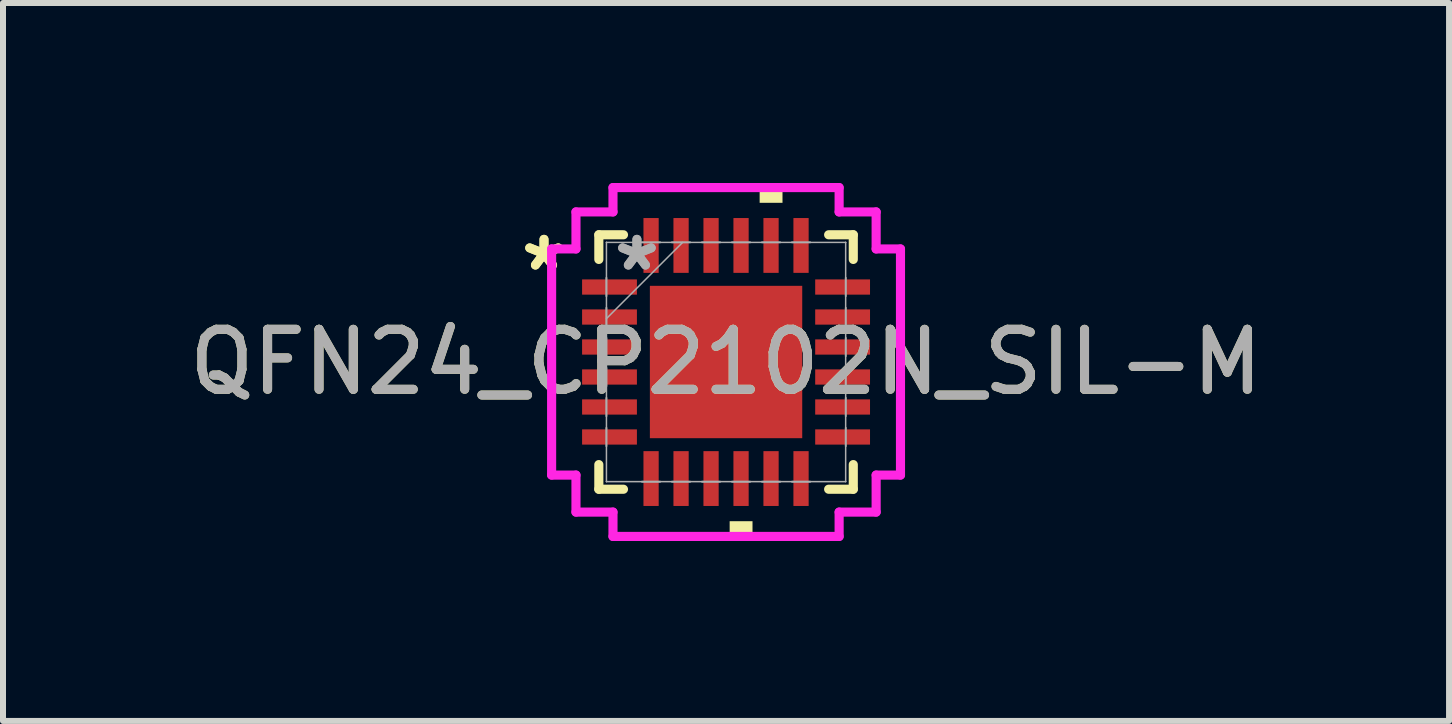
<source format=kicad_pcb>
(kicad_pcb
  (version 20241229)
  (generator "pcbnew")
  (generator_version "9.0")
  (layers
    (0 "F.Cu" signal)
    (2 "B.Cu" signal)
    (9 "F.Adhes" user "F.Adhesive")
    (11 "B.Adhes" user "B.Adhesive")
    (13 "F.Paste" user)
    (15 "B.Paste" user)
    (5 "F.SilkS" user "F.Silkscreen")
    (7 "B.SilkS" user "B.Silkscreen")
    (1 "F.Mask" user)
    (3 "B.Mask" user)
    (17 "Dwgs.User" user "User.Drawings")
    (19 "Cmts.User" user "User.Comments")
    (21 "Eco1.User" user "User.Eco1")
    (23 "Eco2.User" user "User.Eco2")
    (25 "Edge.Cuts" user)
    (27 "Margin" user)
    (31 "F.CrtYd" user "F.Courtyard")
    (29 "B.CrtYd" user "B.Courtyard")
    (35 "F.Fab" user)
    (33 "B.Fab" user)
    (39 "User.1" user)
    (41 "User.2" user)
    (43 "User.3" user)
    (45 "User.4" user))
  (footprint "QFN24_CP2102N_SIL-M"
    (layer "F.Cu")
    (at 9.054 2.985)
    (property "Reference" "QFN24_CP2102N_SIL-M" (at 0 0 0) (unlocked yes) (layer "F.SilkS") (effects (font (size 1 1) (thickness 0.15))))
    (attr smd)
    (fp_line (start -2.121 -2.121) (end -2.121 -1.71) (stroke (width 0.152) (type solid)) (layer "F.SilkS"))
    (fp_line (start -2.121 1.71) (end -2.121 2.121) (stroke (width 0.152) (type solid)) (layer "F.SilkS"))
    (fp_line (start -2.121 2.121) (end -1.71 2.121) (stroke (width 0.152) (type solid)) (layer "F.SilkS"))
    (fp_line (start -1.71 -2.121) (end -2.121 -2.121) (stroke (width 0.152) (type solid)) (layer "F.SilkS"))
    (fp_line (start 1.71 2.121) (end 2.121 2.121) (stroke (width 0.152) (type solid)) (layer "F.SilkS"))
    (fp_line (start 2.121 -2.121) (end 1.71 -2.121) (stroke (width 0.152) (type solid)) (layer "F.SilkS"))
    (fp_line (start 2.121 -1.71) (end 2.121 -2.121) (stroke (width 0.152) (type solid)) (layer "F.SilkS"))
    (fp_line (start 2.121 2.121) (end 2.121 1.71) (stroke (width 0.152) (type solid)) (layer "F.SilkS"))
    (fp_poly (pts (xy 0.06 2.654) (xy 0.06 2.908) (xy 0.441 2.908) (xy 0.441 2.654)) (stroke (width 0) (type solid)) (fill yes) (layer "F.SilkS"))
    (fp_poly (pts (xy 0.56 -2.654) (xy 0.56 -2.908) (xy 0.941 -2.908) (xy 0.941 -2.654)) (stroke (width 0) (type solid)) (fill yes) (layer "F.SilkS"))
    (fp_poly (pts (xy -1.17 -1.17) (xy -1.17 -0.1) (xy -0.1 -0.1) (xy -0.1 -1.17)) (stroke (width 0) (type solid)) (fill yes) (layer "F.Paste"))
    (fp_poly (pts (xy -1.17 0.1) (xy -1.17 1.17) (xy -0.1 1.17) (xy -0.1 0.1)) (stroke (width 0) (type solid)) (fill yes) (layer "F.Paste"))
    (fp_poly (pts (xy 0.1 -1.17) (xy 0.1 -0.1) (xy 1.17 -0.1) (xy 1.17 -1.17)) (stroke (width 0) (type solid)) (fill yes) (layer "F.Paste"))
    (fp_poly (pts (xy 0.1 0.1) (xy 0.1 1.17) (xy 1.17 1.17) (xy 1.17 0.1)) (stroke (width 0) (type solid)) (fill yes) (layer "F.Paste"))
    (fp_line (start -2.908 -1.885) (end -2.502 -1.885) (stroke (width 0.152) (type solid)) (layer "F.CrtYd"))
    (fp_line (start -2.908 1.885) (end -2.908 -1.885) (stroke (width 0.152) (type solid)) (layer "F.CrtYd"))
    (fp_line (start -2.502 -2.502) (end -1.885 -2.502) (stroke (width 0.152) (type solid)) (layer "F.CrtYd"))
    (fp_line (start -2.502 -1.885) (end -2.502 -2.502) (stroke (width 0.152) (type solid)) (layer "F.CrtYd"))
    (fp_line (start -2.502 1.885) (end -2.908 1.885) (stroke (width 0.152) (type solid)) (layer "F.CrtYd"))
    (fp_line (start -2.502 2.502) (end -2.502 1.885) (stroke (width 0.152) (type solid)) (layer "F.CrtYd"))
    (fp_line (start -1.885 -2.908) (end 1.885 -2.908) (stroke (width 0.152) (type solid)) (layer "F.CrtYd"))
    (fp_line (start -1.885 -2.502) (end -1.885 -2.908) (stroke (width 0.152) (type solid)) (layer "F.CrtYd"))
    (fp_line (start -1.885 2.502) (end -2.502 2.502) (stroke (width 0.152) (type solid)) (layer "F.CrtYd"))
    (fp_line (start -1.885 2.908) (end -1.885 2.502) (stroke (width 0.152) (type solid)) (layer "F.CrtYd"))
    (fp_line (start 1.885 -2.908) (end 1.885 -2.502) (stroke (width 0.152) (type solid)) (layer "F.CrtYd"))
    (fp_line (start 1.885 -2.502) (end 2.502 -2.502) (stroke (width 0.152) (type solid)) (layer "F.CrtYd"))
    (fp_line (start 1.885 2.502) (end 1.885 2.908) (stroke (width 0.152) (type solid)) (layer "F.CrtYd"))
    (fp_line (start 1.885 2.908) (end -1.885 2.908) (stroke (width 0.152) (type solid)) (layer "F.CrtYd"))
    (fp_line (start 2.502 -2.502) (end 2.502 -1.885) (stroke (width 0.152) (type solid)) (layer "F.CrtYd"))
    (fp_line (start 2.502 -1.885) (end 2.908 -1.885) (stroke (width 0.152) (type solid)) (layer "F.CrtYd"))
    (fp_line (start 2.502 1.885) (end 2.502 2.502) (stroke (width 0.152) (type solid)) (layer "F.CrtYd"))
    (fp_line (start 2.502 2.502) (end 1.885 2.502) (stroke (width 0.152) (type solid)) (layer "F.CrtYd"))
    (fp_line (start 2.908 -1.885) (end 2.908 1.885) (stroke (width 0.152) (type solid)) (layer "F.CrtYd"))
    (fp_line (start 2.908 1.885) (end 2.502 1.885) (stroke (width 0.152) (type solid)) (layer "F.CrtYd"))
    (fp_line (start -1.994 -1.994) (end -1.994 -1.994) (stroke (width 0.025) (type solid)) (layer "F.Fab"))
    (fp_line (start -1.994 -1.994) (end -1.994 1.994) (stroke (width 0.025) (type solid)) (layer "F.Fab"))
    (fp_line (start -1.994 -1.403) (end -1.994 -1.403) (stroke (width 0.025) (type solid)) (layer "F.Fab"))
    (fp_line (start -1.994 -1.403) (end -1.994 -1.098) (stroke (width 0.025) (type solid)) (layer "F.Fab"))
    (fp_line (start -1.994 -1.098) (end -1.994 -1.403) (stroke (width 0.025) (type solid)) (layer "F.Fab"))
    (fp_line (start -1.994 -1.098) (end -1.994 -1.098) (stroke (width 0.025) (type solid)) (layer "F.Fab"))
    (fp_line (start -1.994 -0.903) (end -1.994 -0.903) (stroke (width 0.025) (type solid)) (layer "F.Fab"))
    (fp_line (start -1.994 -0.903) (end -1.994 -0.598) (stroke (width 0.025) (type solid)) (layer "F.Fab"))
    (fp_line (start -1.994 -0.724) (end -0.724 -1.994) (stroke (width 0.025) (type solid)) (layer "F.Fab"))
    (fp_line (start -1.994 -0.598) (end -1.994 -0.903) (stroke (width 0.025) (type solid)) (layer "F.Fab"))
    (fp_line (start -1.994 -0.598) (end -1.994 -0.598) (stroke (width 0.025) (type solid)) (layer "F.Fab"))
    (fp_line (start -1.994 -0.402) (end -1.994 -0.402) (stroke (width 0.025) (type solid)) (layer "F.Fab"))
    (fp_line (start -1.994 -0.402) (end -1.994 -0.098) (stroke (width 0.025) (type solid)) (layer "F.Fab"))
    (fp_line (start -1.994 -0.098) (end -1.994 -0.402) (stroke (width 0.025) (type solid)) (layer "F.Fab"))
    (fp_line (start -1.994 -0.098) (end -1.994 -0.098) (stroke (width 0.025) (type solid)) (layer "F.Fab"))
    (fp_line (start -1.994 0.098) (end -1.994 0.098) (stroke (width 0.025) (type solid)) (layer "F.Fab"))
    (fp_line (start -1.994 0.098) (end -1.994 0.402) (stroke (width 0.025) (type solid)) (layer "F.Fab"))
    (fp_line (start -1.994 0.402) (end -1.994 0.098) (stroke (width 0.025) (type solid)) (layer "F.Fab"))
    (fp_line (start -1.994 0.402) (end -1.994 0.402) (stroke (width 0.025) (type solid)) (layer "F.Fab"))
    (fp_line (start -1.994 0.598) (end -1.994 0.598) (stroke (width 0.025) (type solid)) (layer "F.Fab"))
    (fp_line (start -1.994 0.598) (end -1.994 0.903) (stroke (width 0.025) (type solid)) (layer "F.Fab"))
    (fp_line (start -1.994 0.903) (end -1.994 0.598) (stroke (width 0.025) (type solid)) (layer "F.Fab"))
    (fp_line (start -1.994 0.903) (end -1.994 0.903) (stroke (width 0.025) (type solid)) (layer "F.Fab"))
    (fp_line (start -1.994 1.098) (end -1.994 1.098) (stroke (width 0.025) (type solid)) (layer "F.Fab"))
    (fp_line (start -1.994 1.098) (end -1.994 1.403) (stroke (width 0.025) (type solid)) (layer "F.Fab"))
    (fp_line (start -1.994 1.403) (end -1.994 1.098) (stroke (width 0.025) (type solid)) (layer "F.Fab"))
    (fp_line (start -1.994 1.403) (end -1.994 1.403) (stroke (width 0.025) (type solid)) (layer "F.Fab"))
    (fp_line (start -1.994 1.994) (end -1.994 1.994) (stroke (width 0.025) (type solid)) (layer "F.Fab"))
    (fp_line (start -1.994 1.994) (end 1.994 1.994) (stroke (width 0.025) (type solid)) (layer "F.Fab"))
    (fp_line (start -1.403 -1.994) (end -1.403 -1.994) (stroke (width 0.025) (type solid)) (layer "F.Fab"))
    (fp_line (start -1.403 -1.994) (end -1.098 -1.994) (stroke (width 0.025) (type solid)) (layer "F.Fab"))
    (fp_line (start -1.403 1.994) (end -1.403 1.994) (stroke (width 0.025) (type solid)) (layer "F.Fab"))
    (fp_line (start -1.403 1.994) (end -1.098 1.994) (stroke (width 0.025) (type solid)) (layer "F.Fab"))
    (fp_line (start -1.098 -1.994) (end -1.403 -1.994) (stroke (width 0.025) (type solid)) (layer "F.Fab"))
    (fp_line (start -1.098 -1.994) (end -1.098 -1.994) (stroke (width 0.025) (type solid)) (layer "F.Fab"))
    (fp_line (start -1.098 1.994) (end -1.403 1.994) (stroke (width 0.025) (type solid)) (layer "F.Fab"))
    (fp_line (start -1.098 1.994) (end -1.098 1.994) (stroke (width 0.025) (type solid)) (layer "F.Fab"))
    (fp_line (start -0.903 -1.994) (end -0.903 -1.994) (stroke (width 0.025) (type solid)) (layer "F.Fab"))
    (fp_line (start -0.903 -1.994) (end -0.598 -1.994) (stroke (width 0.025) (type solid)) (layer "F.Fab"))
    (fp_line (start -0.903 1.994) (end -0.903 1.994) (stroke (width 0.025) (type solid)) (layer "F.Fab"))
    (fp_line (start -0.903 1.994) (end -0.598 1.994) (stroke (width 0.025) (type solid)) (layer "F.Fab"))
    (fp_line (start -0.598 -1.994) (end -0.903 -1.994) (stroke (width 0.025) (type solid)) (layer "F.Fab"))
    (fp_line (start -0.598 -1.994) (end -0.598 -1.994) (stroke (width 0.025) (type solid)) (layer "F.Fab"))
    (fp_line (start -0.598 1.994) (end -0.903 1.994) (stroke (width 0.025) (type solid)) (layer "F.Fab"))
    (fp_line (start -0.598 1.994) (end -0.598 1.994) (stroke (width 0.025) (type solid)) (layer "F.Fab"))
    (fp_line (start -0.402 -1.994) (end -0.402 -1.994) (stroke (width 0.025) (type solid)) (layer "F.Fab"))
    (fp_line (start -0.402 -1.994) (end -0.098 -1.994) (stroke (width 0.025) (type solid)) (layer "F.Fab"))
    (fp_line (start -0.402 1.994) (end -0.402 1.994) (stroke (width 0.025) (type solid)) (layer "F.Fab"))
    (fp_line (start -0.402 1.994) (end -0.098 1.994) (stroke (width 0.025) (type solid)) (layer "F.Fab"))
    (fp_line (start -0.098 -1.994) (end -0.402 -1.994) (stroke (width 0.025) (type solid)) (layer "F.Fab"))
    (fp_line (start -0.098 -1.994) (end -0.098 -1.994) (stroke (width 0.025) (type solid)) (layer "F.Fab"))
    (fp_line (start -0.098 1.994) (end -0.402 1.994) (stroke (width 0.025) (type solid)) (layer "F.Fab"))
    (fp_line (start -0.098 1.994) (end -0.098 1.994) (stroke (width 0.025) (type solid)) (layer "F.Fab"))
    (fp_line (start 0.098 -1.994) (end 0.098 -1.994) (stroke (width 0.025) (type solid)) (layer "F.Fab"))
    (fp_line (start 0.098 -1.994) (end 0.402 -1.994) (stroke (width 0.025) (type solid)) (layer "F.Fab"))
    (fp_line (start 0.098 1.994) (end 0.098 1.994) (stroke (width 0.025) (type solid)) (layer "F.Fab"))
    (fp_line (start 0.098 1.994) (end 0.402 1.994) (stroke (width 0.025) (type solid)) (layer "F.Fab"))
    (fp_line (start 0.402 -1.994) (end 0.098 -1.994) (stroke (width 0.025) (type solid)) (layer "F.Fab"))
    (fp_line (start 0.402 -1.994) (end 0.402 -1.994) (stroke (width 0.025) (type solid)) (layer "F.Fab"))
    (fp_line (start 0.402 1.994) (end 0.098 1.994) (stroke (width 0.025) (type solid)) (layer "F.Fab"))
    (fp_line (start 0.402 1.994) (end 0.402 1.994) (stroke (width 0.025) (type solid)) (layer "F.Fab"))
    (fp_line (start 0.598 -1.994) (end 0.598 -1.994) (stroke (width 0.025) (type solid)) (layer "F.Fab"))
    (fp_line (start 0.598 -1.994) (end 0.903 -1.994) (stroke (width 0.025) (type solid)) (layer "F.Fab"))
    (fp_line (start 0.598 1.994) (end 0.598 1.994) (stroke (width 0.025) (type solid)) (layer "F.Fab"))
    (fp_line (start 0.598 1.994) (end 0.903 1.994) (stroke (width 0.025) (type solid)) (layer "F.Fab"))
    (fp_line (start 0.903 -1.994) (end 0.598 -1.994) (stroke (width 0.025) (type solid)) (layer "F.Fab"))
    (fp_line (start 0.903 -1.994) (end 0.903 -1.994) (stroke (width 0.025) (type solid)) (layer "F.Fab"))
    (fp_line (start 0.903 1.994) (end 0.598 1.994) (stroke (width 0.025) (type solid)) (layer "F.Fab"))
    (fp_line (start 0.903 1.994) (end 0.903 1.994) (stroke (width 0.025) (type solid)) (layer "F.Fab"))
    (fp_line (start 1.098 -1.994) (end 1.098 -1.994) (stroke (width 0.025) (type solid)) (layer "F.Fab"))
    (fp_line (start 1.098 -1.994) (end 1.403 -1.994) (stroke (width 0.025) (type solid)) (layer "F.Fab"))
    (fp_line (start 1.098 1.994) (end 1.098 1.994) (stroke (width 0.025) (type solid)) (layer "F.Fab"))
    (fp_line (start 1.098 1.994) (end 1.403 1.994) (stroke (width 0.025) (type solid)) (layer "F.Fab"))
    (fp_line (start 1.403 -1.994) (end 1.098 -1.994) (stroke (width 0.025) (type solid)) (layer "F.Fab"))
    (fp_line (start 1.403 -1.994) (end 1.403 -1.994) (stroke (width 0.025) (type solid)) (layer "F.Fab"))
    (fp_line (start 1.403 1.994) (end 1.098 1.994) (stroke (width 0.025) (type solid)) (layer "F.Fab"))
    (fp_line (start 1.403 1.994) (end 1.403 1.994) (stroke (width 0.025) (type solid)) (layer "F.Fab"))
    (fp_line (start 1.994 -1.994) (end -1.994 -1.994) (stroke (width 0.025) (type solid)) (layer "F.Fab"))
    (fp_line (start 1.994 -1.994) (end 1.994 -1.994) (stroke (width 0.025) (type solid)) (layer "F.Fab"))
    (fp_line (start 1.994 -1.403) (end 1.994 -1.403) (stroke (width 0.025) (type solid)) (layer "F.Fab"))
    (fp_line (start 1.994 -1.403) (end 1.994 -1.098) (stroke (width 0.025) (type solid)) (layer "F.Fab"))
    (fp_line (start 1.994 -1.098) (end 1.994 -1.403) (stroke (width 0.025) (type solid)) (layer "F.Fab"))
    (fp_line (start 1.994 -1.098) (end 1.994 -1.098) (stroke (width 0.025) (type solid)) (layer "F.Fab"))
    (fp_line (start 1.994 -0.903) (end 1.994 -0.903) (stroke (width 0.025) (type solid)) (layer "F.Fab"))
    (fp_line (start 1.994 -0.903) (end 1.994 -0.598) (stroke (width 0.025) (type solid)) (layer "F.Fab"))
    (fp_line (start 1.994 -0.598) (end 1.994 -0.903) (stroke (width 0.025) (type solid)) (layer "F.Fab"))
    (fp_line (start 1.994 -0.598) (end 1.994 -0.598) (stroke (width 0.025) (type solid)) (layer "F.Fab"))
    (fp_line (start 1.994 -0.402) (end 1.994 -0.402) (stroke (width 0.025) (type solid)) (layer "F.Fab"))
    (fp_line (start 1.994 -0.402) (end 1.994 -0.098) (stroke (width 0.025) (type solid)) (layer "F.Fab"))
    (fp_line (start 1.994 -0.098) (end 1.994 -0.402) (stroke (width 0.025) (type solid)) (layer "F.Fab"))
    (fp_line (start 1.994 -0.098) (end 1.994 -0.098) (stroke (width 0.025) (type solid)) (layer "F.Fab"))
    (fp_line (start 1.994 0.098) (end 1.994 0.098) (stroke (width 0.025) (type solid)) (layer "F.Fab"))
    (fp_line (start 1.994 0.098) (end 1.994 0.402) (stroke (width 0.025) (type solid)) (layer "F.Fab"))
    (fp_line (start 1.994 0.402) (end 1.994 0.098) (stroke (width 0.025) (type solid)) (layer "F.Fab"))
    (fp_line (start 1.994 0.402) (end 1.994 0.402) (stroke (width 0.025) (type solid)) (layer "F.Fab"))
    (fp_line (start 1.994 0.598) (end 1.994 0.598) (stroke (width 0.025) (type solid)) (layer "F.Fab"))
    (fp_line (start 1.994 0.598) (end 1.994 0.903) (stroke (width 0.025) (type solid)) (layer "F.Fab"))
    (fp_line (start 1.994 0.903) (end 1.994 0.598) (stroke (width 0.025) (type solid)) (layer "F.Fab"))
    (fp_line (start 1.994 0.903) (end 1.994 0.903) (stroke (width 0.025) (type solid)) (layer "F.Fab"))
    (fp_line (start 1.994 1.098) (end 1.994 1.098) (stroke (width 0.025) (type solid)) (layer "F.Fab"))
    (fp_line (start 1.994 1.098) (end 1.994 1.403) (stroke (width 0.025) (type solid)) (layer "F.Fab"))
    (fp_line (start 1.994 1.403) (end 1.994 1.098) (stroke (width 0.025) (type solid)) (layer "F.Fab"))
    (fp_line (start 1.994 1.403) (end 1.994 1.403) (stroke (width 0.025) (type solid)) (layer "F.Fab"))
    (fp_line (start 1.994 1.994) (end 1.994 -1.994) (stroke (width 0.025) (type solid)) (layer "F.Fab"))
    (fp_line (start 1.994 1.994) (end 1.994 1.994) (stroke (width 0.025) (type solid)) (layer "F.Fab"))
    (fp_text user "*" (at -3.035 -1.5 0) (layer "F.SilkS") (effects (font (size 1 1) (thickness 0.15))))
    (fp_text user "*" (at -3.035 -1.5 0) (unlocked yes) (layer "F.SilkS") (effects (font (size 1 1) (thickness 0.15))))
    (fp_text user "*" (at -1.486 -1.5 0) (layer "F.Fab") (effects (font (size 1 1) (thickness 0.15))))
    (fp_text user "*" (at -1.486 -1.5 0) (unlocked yes) (layer "F.Fab") (effects (font (size 1 1) (thickness 0.15))))
    (fp_text user "${REFERENCE}" (at 0 0 0) (unlocked yes) (layer "F.Fab") (effects (font (size 1 1) (thickness 0.15))))
    (pad "1" smd rect (at -1.943 -1.25 90) (size 0.254 0.914) (layers "F.Cu" "F.Mask" "F.Paste"))
    (pad "2" smd rect (at -1.943 -0.75 90) (size 0.254 0.914) (layers "F.Cu" "F.Mask" "F.Paste"))
    (pad "3" smd rect (at -1.943 -0.25 90) (size 0.254 0.914) (layers "F.Cu" "F.Mask" "F.Paste"))
    (pad "4" smd rect (at -1.943 0.25 90) (size 0.254 0.914) (layers "F.Cu" "F.Mask" "F.Paste"))
    (pad "5" smd rect (at -1.943 0.75 90) (size 0.254 0.914) (layers "F.Cu" "F.Mask" "F.Paste"))
    (pad "6" smd rect (at -1.943 1.25 90) (size 0.254 0.914) (layers "F.Cu" "F.Mask" "F.Paste"))
    (pad "7" smd rect (at -1.25 1.943) (size 0.254 0.914) (layers "F.Cu" "F.Mask" "F.Paste"))
    (pad "8" smd rect (at -0.75 1.943) (size 0.254 0.914) (layers "F.Cu" "F.Mask" "F.Paste"))
    (pad "9" smd rect (at -0.25 1.943) (size 0.254 0.914) (layers "F.Cu" "F.Mask" "F.Paste"))
    (pad "10" smd rect (at 0.25 1.943) (size 0.254 0.914) (layers "F.Cu" "F.Mask" "F.Paste"))
    (pad "11" smd rect (at 0.75 1.943) (size 0.254 0.914) (layers "F.Cu" "F.Mask" "F.Paste"))
    (pad "12" smd rect (at 1.25 1.943) (size 0.254 0.914) (layers "F.Cu" "F.Mask" "F.Paste"))
    (pad "13" smd rect (at 1.943 1.25 90) (size 0.254 0.914) (layers "F.Cu" "F.Mask" "F.Paste"))
    (pad "14" smd rect (at 1.943 0.75 90) (size 0.254 0.914) (layers "F.Cu" "F.Mask" "F.Paste"))
    (pad "15" smd rect (at 1.943 0.25 90) (size 0.254 0.914) (layers "F.Cu" "F.Mask" "F.Paste"))
    (pad "16" smd rect (at 1.943 -0.25 90) (size 0.254 0.914) (layers "F.Cu" "F.Mask" "F.Paste"))
    (pad "17" smd rect (at 1.943 -0.75 90) (size 0.254 0.914) (layers "F.Cu" "F.Mask" "F.Paste"))
    (pad "18" smd rect (at 1.943 -1.25 90) (size 0.254 0.914) (layers "F.Cu" "F.Mask" "F.Paste"))
    (pad "19" smd rect (at 1.25 -1.943) (size 0.254 0.914) (layers "F.Cu" "F.Mask" "F.Paste"))
    (pad "20" smd rect (at 0.75 -1.943) (size 0.254 0.914) (layers "F.Cu" "F.Mask" "F.Paste"))
    (pad "21" smd rect (at 0.25 -1.943) (size 0.254 0.914) (layers "F.Cu" "F.Mask" "F.Paste"))
    (pad "22" smd rect (at -0.25 -1.943) (size 0.254 0.914) (layers "F.Cu" "F.Mask" "F.Paste"))
    (pad "23" smd rect (at -0.75 -1.943) (size 0.254 0.914) (layers "F.Cu" "F.Mask" "F.Paste"))
    (pad "24" smd rect (at -1.25 -1.943) (size 0.254 0.914) (layers "F.Cu" "F.Mask" "F.Paste"))
    (pad "25" smd rect (at 0 0) (size 2.54 2.54) (layers "F.Cu" "F.Mask" "F.Paste")))
  (gr_rect
    (start -3 -3)
    (end 21.107 8.969)
    (stroke (width 0.1) (type default))
    (fill no)
    (layer "Edge.Cuts")))
</source>
